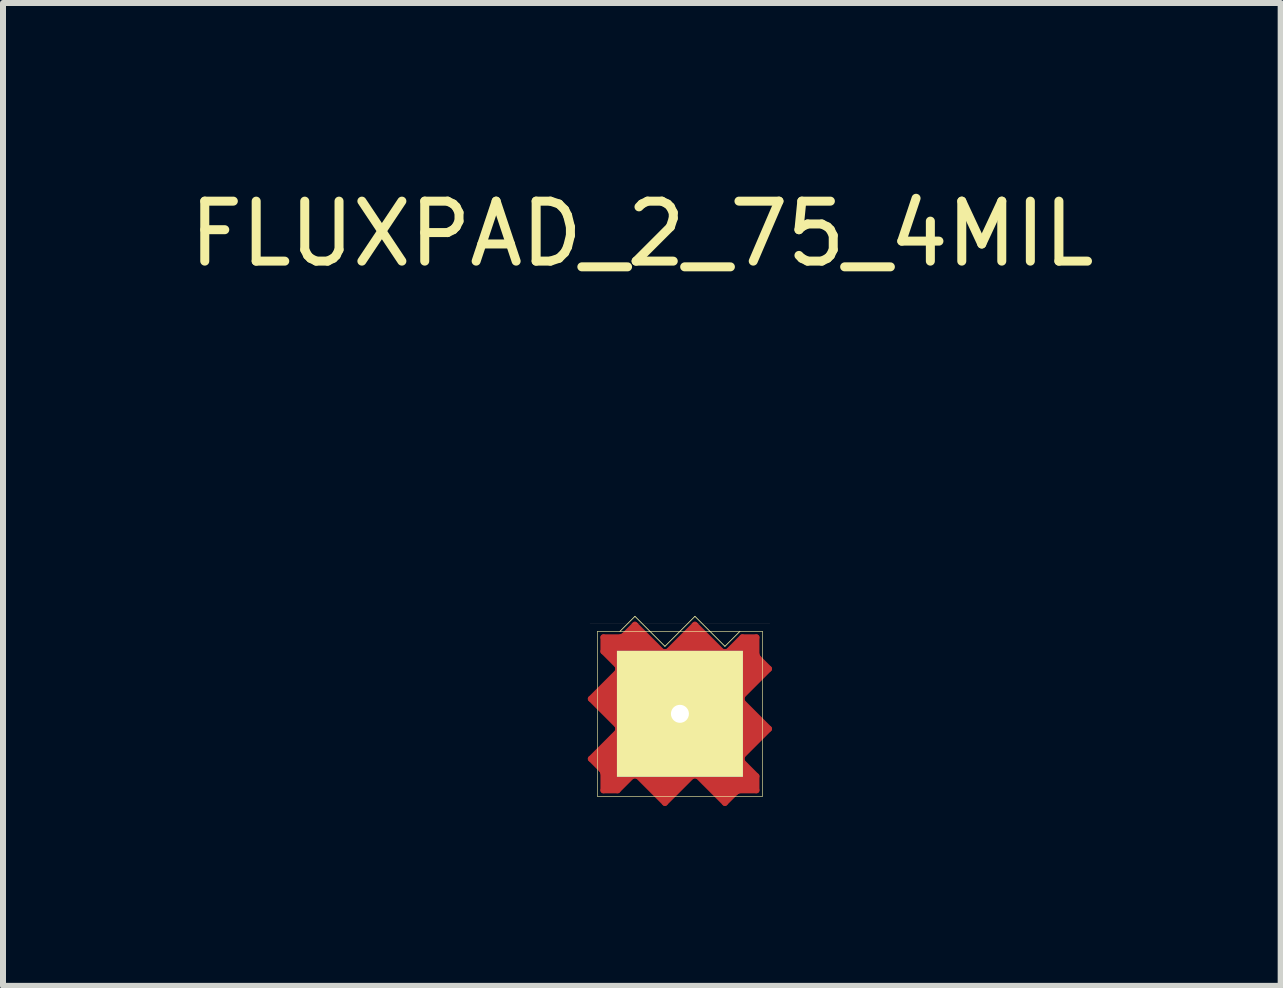
<source format=kicad_pcb>
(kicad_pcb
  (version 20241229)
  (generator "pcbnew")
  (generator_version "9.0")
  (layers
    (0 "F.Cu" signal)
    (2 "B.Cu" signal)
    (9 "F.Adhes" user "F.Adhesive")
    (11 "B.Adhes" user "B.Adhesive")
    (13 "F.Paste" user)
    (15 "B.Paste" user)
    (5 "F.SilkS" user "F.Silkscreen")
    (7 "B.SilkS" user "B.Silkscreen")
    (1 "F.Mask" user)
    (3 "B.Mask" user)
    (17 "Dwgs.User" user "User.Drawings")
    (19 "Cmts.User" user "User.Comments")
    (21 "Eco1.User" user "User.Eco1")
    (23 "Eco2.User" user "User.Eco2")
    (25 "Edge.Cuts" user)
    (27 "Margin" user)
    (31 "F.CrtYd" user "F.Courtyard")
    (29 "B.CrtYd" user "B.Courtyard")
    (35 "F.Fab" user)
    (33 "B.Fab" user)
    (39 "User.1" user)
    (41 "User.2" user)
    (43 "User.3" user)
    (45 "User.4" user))
  (footprint "FLUXPAD_2_75_4MIL"
    (layer "F.Cu")
    (at 8.284 8.849)
    (property "Reference" "FLUXPAD_2_75_4MIL" (at -0.635 -8.001 0) (layer "F.SilkS") (effects (font (size 1 1) (thickness 0.15))))
    (attr through_hole)
    (fp_line (start -1.485 -0.25) (end -1.04 0.195) (stroke (width 0.1) (type solid)) (layer "F.Cu"))
    (fp_line (start -1.485 0.75) (end -1.3 0.935) (stroke (width 0.1) (type solid)) (layer "F.Cu"))
    (fp_line (start -1.35 -0.25) (end -1.05 -0.55) (stroke (width 0.2) (type solid)) (layer "F.Cu"))
    (fp_line (start -1.35 0.75) (end -1.25 0.75) (stroke (width 0.2) (type solid)) (layer "F.Cu"))
    (fp_line (start -1.29 0.945) (end -1.3 0.935) (stroke (width 0.1) (type solid)) (layer "F.Cu"))
    (fp_line (start -1.28 0.965) (end -1.29 0.945) (stroke (width 0.1) (type solid)) (layer "F.Cu"))
    (fp_line (start -1.275 -1.275) (end -1.275 -1.04) (stroke (width 0.1) (type solid)) (layer "F.Cu"))
    (fp_line (start -1.275 -1.04) (end -1.04 -0.805) (stroke (width 0.1) (type solid)) (layer "F.Cu"))
    (fp_line (start -1.275 0.99) (end -1.28 0.965) (stroke (width 0.1) (type solid)) (layer "F.Cu"))
    (fp_line (start -1.275 0.99) (end -1.275 1.275) (stroke (width 0.1) (type solid)) (layer "F.Cu"))
    (fp_line (start -1.275 1.275) (end -1.04 1.275) (stroke (width 0.1) (type solid)) (layer "F.Cu"))
    (fp_line (start -1.2 -1.2) (end -0.8 -1.2) (stroke (width 0.2) (type solid)) (layer "F.Cu"))
    (fp_line (start -1.2 -1.15) (end -1 -1.15) (stroke (width 0.2) (type solid)) (layer "F.Cu"))
    (fp_line (start -1.2 0.8) (end -1.25 0.85) (stroke (width 0.2) (type solid)) (layer "F.Cu"))
    (fp_line (start -1.2 1.2) (end -1.2 0.8) (stroke (width 0.2) (type solid)) (layer "F.Cu"))
    (fp_line (start -1.15 -1.1) (end -0.45 -1.1) (stroke (width 0.2) (type solid)) (layer "F.Cu"))
    (fp_line (start -1.15 1) (end -0.95 1) (stroke (width 0.2) (type solid)) (layer "F.Cu"))
    (fp_line (start -1.15 1.2) (end -1.15 1) (stroke (width 0.2) (type solid)) (layer "F.Cu"))
    (fp_line (start -1.1 0.45) (end -1.35 0.75) (stroke (width 0.2) (type solid)) (layer "F.Cu"))
    (fp_line (start -1.1 1.15) (end -1.1 0.45) (stroke (width 0.2) (type solid)) (layer "F.Cu"))
    (fp_line (start -1.05 -0.9) (end -1.2 -1.15) (stroke (width 0.2) (type solid)) (layer "F.Cu"))
    (fp_line (start -1.05 -0.9) (end -1.15 -1.1) (stroke (width 0.2) (type solid)) (layer "F.Cu"))
    (fp_line (start -1.05 -0.55) (end -1.05 0.05) (stroke (width 0.2) (type solid)) (layer "F.Cu"))
    (fp_line (start -1.05 0.05) (end -1.35 -0.25) (stroke (width 0.2) (type solid)) (layer "F.Cu"))
    (fp_line (start -1.05 0.05) (end -1.15 -0.25) (stroke (width 0.2) (type solid)) (layer "F.Cu"))
    (fp_line (start -1.04 -0.805) (end -1.03 -0.78) (stroke (width 0.1) (type solid)) (layer "F.Cu"))
    (fp_line (start -1.04 -0.695) (end -1.485 -0.25) (stroke (width 0.1) (type solid)) (layer "F.Cu"))
    (fp_line (start -1.04 0.195) (end -1.03 0.22) (stroke (width 0.1) (type solid)) (layer "F.Cu"))
    (fp_line (start -1.04 0.305) (end -1.485 0.75) (stroke (width 0.1) (type solid)) (layer "F.Cu"))
    (fp_line (start -1.04 1.275) (end -0.805 1.04) (stroke (width 0.1) (type solid)) (layer "F.Cu"))
    (fp_line (start -1.03 -0.78) (end -1.025 -0.75) (stroke (width 0.1) (type solid)) (layer "F.Cu"))
    (fp_line (start -1.03 -0.72) (end -1.04 -0.695) (stroke (width 0.1) (type solid)) (layer "F.Cu"))
    (fp_line (start -1.03 0.22) (end -1.025 0.25) (stroke (width 0.1) (type solid)) (layer "F.Cu"))
    (fp_line (start -1.03 0.28) (end -1.04 0.305) (stroke (width 0.1) (type solid)) (layer "F.Cu"))
    (fp_line (start -1.025 -0.75) (end -1.03 -0.72) (stroke (width 0.1) (type solid)) (layer "F.Cu"))
    (fp_line (start -1.025 0.25) (end -1.03 0.28) (stroke (width 0.1) (type solid)) (layer "F.Cu"))
    (fp_line (start -1 -1.15) (end -1 -0.95) (stroke (width 0.2) (type solid)) (layer "F.Cu"))
    (fp_line (start -0.99 -1.275) (end -1.275 -1.275) (stroke (width 0.1) (type solid)) (layer "F.Cu"))
    (fp_line (start -0.99 -1.275) (end -0.965 -1.28) (stroke (width 0.1) (type solid)) (layer "F.Cu"))
    (fp_line (start -0.965 -1.28) (end -0.945 -1.29) (stroke (width 0.1) (type solid)) (layer "F.Cu"))
    (fp_line (start -0.945 -1.29) (end -0.935 -1.3) (stroke (width 0.1) (type solid)) (layer "F.Cu"))
    (fp_line (start -0.9 1.05) (end -1.15 1.2) (stroke (width 0.2) (type solid)) (layer "F.Cu"))
    (fp_line (start -0.9 1.05) (end -1.1 1.15) (stroke (width 0.2) (type solid)) (layer "F.Cu"))
    (fp_line (start -0.805 1.04) (end -0.78 1.03) (stroke (width 0.1) (type solid)) (layer "F.Cu"))
    (fp_line (start -0.8 -1.2) (end -0.85 -1.25) (stroke (width 0.2) (type solid)) (layer "F.Cu"))
    (fp_line (start -0.78 1.03) (end -0.75 1.025) (stroke (width 0.1) (type solid)) (layer "F.Cu"))
    (fp_line (start -0.75 -1.485) (end -0.935 -1.3) (stroke (width 0.1) (type solid)) (layer "F.Cu"))
    (fp_line (start -0.75 -1.35) (end -0.75 -1.25) (stroke (width 0.2) (type solid)) (layer "F.Cu"))
    (fp_line (start -0.75 1.025) (end -0.72 1.03) (stroke (width 0.1) (type solid)) (layer "F.Cu"))
    (fp_line (start -0.72 1.03) (end -0.695 1.04) (stroke (width 0.1) (type solid)) (layer "F.Cu"))
    (fp_line (start -0.695 1.04) (end -0.25 1.485) (stroke (width 0.1) (type solid)) (layer "F.Cu"))
    (fp_line (start -0.55 1.05) (end 0.05 1.05) (stroke (width 0.2) (type solid)) (layer "F.Cu"))
    (fp_line (start -0.45 -1.1) (end -0.75 -1.35) (stroke (width 0.2) (type solid)) (layer "F.Cu"))
    (fp_line (start -0.305 -1.04) (end -0.75 -1.485) (stroke (width 0.1) (type solid)) (layer "F.Cu"))
    (fp_line (start -0.28 -1.03) (end -0.305 -1.04) (stroke (width 0.1) (type solid)) (layer "F.Cu"))
    (fp_line (start -0.25 -1.025) (end -0.28 -1.03) (stroke (width 0.1) (type solid)) (layer "F.Cu"))
    (fp_line (start -0.25 1.35) (end -0.55 1.05) (stroke (width 0.2) (type solid)) (layer "F.Cu"))
    (fp_line (start -0.25 1.485) (end 0.195 1.04) (stroke (width 0.1) (type solid)) (layer "F.Cu"))
    (fp_line (start -0.22 -1.03) (end -0.25 -1.025) (stroke (width 0.1) (type solid)) (layer "F.Cu"))
    (fp_line (start -0.195 -1.04) (end -0.22 -1.03) (stroke (width 0.1) (type solid)) (layer "F.Cu"))
    (fp_line (start -0.05 -1.05) (end 0.25 -1.35) (stroke (width 0.2) (type solid)) (layer "F.Cu"))
    (fp_line (start -0.05 -1.05) (end 0.25 -1.15) (stroke (width 0.2) (type solid)) (layer "F.Cu"))
    (fp_line (start 0.05 1.05) (end -0.25 1.15) (stroke (width 0.2) (type solid)) (layer "F.Cu"))
    (fp_line (start 0.05 1.05) (end -0.25 1.35) (stroke (width 0.2) (type solid)) (layer "F.Cu"))
    (fp_line (start 0.195 1.04) (end 0.22 1.03) (stroke (width 0.1) (type solid)) (layer "F.Cu"))
    (fp_line (start 0.22 1.03) (end 0.25 1.025) (stroke (width 0.1) (type solid)) (layer "F.Cu"))
    (fp_line (start 0.25 -1.485) (end -0.195 -1.04) (stroke (width 0.1) (type solid)) (layer "F.Cu"))
    (fp_line (start 0.25 -1.35) (end 0.55 -1.05) (stroke (width 0.2) (type solid)) (layer "F.Cu"))
    (fp_line (start 0.25 1.025) (end 0.28 1.03) (stroke (width 0.1) (type solid)) (layer "F.Cu"))
    (fp_line (start 0.28 1.03) (end 0.305 1.04) (stroke (width 0.1) (type solid)) (layer "F.Cu"))
    (fp_line (start 0.305 1.04) (end 0.75 1.485) (stroke (width 0.1) (type solid)) (layer "F.Cu"))
    (fp_line (start 0.45 1.1) (end 0.75 1.35) (stroke (width 0.2) (type solid)) (layer "F.Cu"))
    (fp_line (start 0.55 -1.05) (end -0.05 -1.05) (stroke (width 0.2) (type solid)) (layer "F.Cu"))
    (fp_line (start 0.695 -1.04) (end 0.25 -1.485) (stroke (width 0.1) (type solid)) (layer "F.Cu"))
    (fp_line (start 0.72 -1.03) (end 0.695 -1.04) (stroke (width 0.1) (type solid)) (layer "F.Cu"))
    (fp_line (start 0.75 -1.025) (end 0.72 -1.03) (stroke (width 0.1) (type solid)) (layer "F.Cu"))
    (fp_line (start 0.75 1.35) (end 0.75 1.25) (stroke (width 0.2) (type solid)) (layer "F.Cu"))
    (fp_line (start 0.75 1.485) (end 0.935 1.3) (stroke (width 0.1) (type solid)) (layer "F.Cu"))
    (fp_line (start 0.78 -1.03) (end 0.75 -1.025) (stroke (width 0.1) (type solid)) (layer "F.Cu"))
    (fp_line (start 0.8 1.2) (end 0.85 1.25) (stroke (width 0.2) (type solid)) (layer "F.Cu"))
    (fp_line (start 0.805 -1.04) (end 0.78 -1.03) (stroke (width 0.1) (type solid)) (layer "F.Cu"))
    (fp_line (start 0.9 -1.05) (end 1.1 -1.15) (stroke (width 0.2) (type solid)) (layer "F.Cu"))
    (fp_line (start 0.9 -1.05) (end 1.15 -1.2) (stroke (width 0.2) (type solid)) (layer "F.Cu"))
    (fp_line (start 0.945 1.29) (end 0.935 1.3) (stroke (width 0.1) (type solid)) (layer "F.Cu"))
    (fp_line (start 0.965 1.28) (end 0.945 1.29) (stroke (width 0.1) (type solid)) (layer "F.Cu"))
    (fp_line (start 0.99 1.275) (end 0.965 1.28) (stroke (width 0.1) (type solid)) (layer "F.Cu"))
    (fp_line (start 0.99 1.275) (end 1.275 1.275) (stroke (width 0.1) (type solid)) (layer "F.Cu"))
    (fp_line (start 1 1.15) (end 1 0.95) (stroke (width 0.2) (type solid)) (layer "F.Cu"))
    (fp_line (start 1.025 -0.25) (end 1.03 -0.28) (stroke (width 0.1) (type solid)) (layer "F.Cu"))
    (fp_line (start 1.025 0.75) (end 1.03 0.72) (stroke (width 0.1) (type solid)) (layer "F.Cu"))
    (fp_line (start 1.03 -0.28) (end 1.04 -0.305) (stroke (width 0.1) (type solid)) (layer "F.Cu"))
    (fp_line (start 1.03 -0.22) (end 1.025 -0.25) (stroke (width 0.1) (type solid)) (layer "F.Cu"))
    (fp_line (start 1.03 0.72) (end 1.04 0.695) (stroke (width 0.1) (type solid)) (layer "F.Cu"))
    (fp_line (start 1.03 0.78) (end 1.025 0.75) (stroke (width 0.1) (type solid)) (layer "F.Cu"))
    (fp_line (start 1.04 -1.275) (end 0.805 -1.04) (stroke (width 0.1) (type solid)) (layer "F.Cu"))
    (fp_line (start 1.04 -0.305) (end 1.485 -0.75) (stroke (width 0.1) (type solid)) (layer "F.Cu"))
    (fp_line (start 1.04 -0.195) (end 1.03 -0.22) (stroke (width 0.1) (type solid)) (layer "F.Cu"))
    (fp_line (start 1.04 0.695) (end 1.485 0.25) (stroke (width 0.1) (type solid)) (layer "F.Cu"))
    (fp_line (start 1.04 0.805) (end 1.03 0.78) (stroke (width 0.1) (type solid)) (layer "F.Cu"))
    (fp_line (start 1.05 -0.05) (end 1.15 0.25) (stroke (width 0.2) (type solid)) (layer "F.Cu"))
    (fp_line (start 1.05 -0.05) (end 1.35 0.25) (stroke (width 0.2) (type solid)) (layer "F.Cu"))
    (fp_line (start 1.05 0.55) (end 1.05 -0.05) (stroke (width 0.2) (type solid)) (layer "F.Cu"))
    (fp_line (start 1.05 0.9) (end 1.15 1.1) (stroke (width 0.2) (type solid)) (layer "F.Cu"))
    (fp_line (start 1.05 0.9) (end 1.2 1.15) (stroke (width 0.2) (type solid)) (layer "F.Cu"))
    (fp_line (start 1.1 -1.15) (end 1.1 -0.45) (stroke (width 0.2) (type solid)) (layer "F.Cu"))
    (fp_line (start 1.1 -0.45) (end 1.35 -0.75) (stroke (width 0.2) (type solid)) (layer "F.Cu"))
    (fp_line (start 1.15 -1.2) (end 1.15 -1) (stroke (width 0.2) (type solid)) (layer "F.Cu"))
    (fp_line (start 1.15 -1) (end 0.95 -1) (stroke (width 0.2) (type solid)) (layer "F.Cu"))
    (fp_line (start 1.15 1.1) (end 0.45 1.1) (stroke (width 0.2) (type solid)) (layer "F.Cu"))
    (fp_line (start 1.2 -1.2) (end 1.2 -0.8) (stroke (width 0.2) (type solid)) (layer "F.Cu"))
    (fp_line (start 1.2 -0.8) (end 1.25 -0.85) (stroke (width 0.2) (type solid)) (layer "F.Cu"))
    (fp_line (start 1.2 1.15) (end 1 1.15) (stroke (width 0.2) (type solid)) (layer "F.Cu"))
    (fp_line (start 1.2 1.2) (end 0.8 1.2) (stroke (width 0.2) (type solid)) (layer "F.Cu"))
    (fp_line (start 1.275 -1.275) (end 1.04 -1.275) (stroke (width 0.1) (type solid)) (layer "F.Cu"))
    (fp_line (start 1.275 -0.99) (end 1.275 -1.275) (stroke (width 0.1) (type solid)) (layer "F.Cu"))
    (fp_line (start 1.275 -0.99) (end 1.28 -0.965) (stroke (width 0.1) (type solid)) (layer "F.Cu"))
    (fp_line (start 1.275 1.04) (end 1.04 0.805) (stroke (width 0.1) (type solid)) (layer "F.Cu"))
    (fp_line (start 1.275 1.275) (end 1.275 1.04) (stroke (width 0.1) (type solid)) (layer "F.Cu"))
    (fp_line (start 1.28 -0.965) (end 1.29 -0.945) (stroke (width 0.1) (type solid)) (layer "F.Cu"))
    (fp_line (start 1.29 -0.945) (end 1.3 -0.935) (stroke (width 0.1) (type solid)) (layer "F.Cu"))
    (fp_line (start 1.35 -0.75) (end 1.25 -0.75) (stroke (width 0.2) (type solid)) (layer "F.Cu"))
    (fp_line (start 1.35 0.25) (end 1.05 0.55) (stroke (width 0.2) (type solid)) (layer "F.Cu"))
    (fp_line (start 1.485 -0.75) (end 1.3 -0.935) (stroke (width 0.1) (type solid)) (layer "F.Cu"))
    (fp_line (start 1.485 0.25) (end 1.04 -0.195) (stroke (width 0.1) (type solid)) (layer "F.Cu"))
    (fp_line (start -1.375 -1.375) (end -1 -1.375) (stroke (width 0.1) (type solid)) (layer "F.Mask"))
    (fp_line (start -1 -1.375) (end -0.75 -1.625) (stroke (width 0.1) (type solid)) (layer "F.Mask"))
    (fp_line (start -0.75 -1.625) (end -0.25 -1.125) (stroke (width 0.1) (type solid)) (layer "F.Mask"))
    (fp_line (start -0.25 -1.125) (end 0.25 -1.625) (stroke (width 0.1) (type solid)) (layer "F.Mask"))
    (fp_line (start 0.25 -1.625) (end 0.75 -1.125) (stroke (width 0.1) (type solid)) (layer "F.Mask"))
    (fp_line (start 0.75 -1.125) (end 1 -1.375) (stroke (width 0.1) (type solid)) (layer "F.Mask"))
    (fp_line (start 1 -1.375) (end 1.375 -1.375) (stroke (width 0.1) (type solid)) (layer "F.Mask"))
    (fp_line (start -1.375 -1.375) (end -1.375 1.375) (stroke (width 0.01) (type solid)) (layer "F.SilkS"))
    (fp_line (start -1.375 1.375) (end 1.375 1.375) (stroke (width 0.01) (type solid)) (layer "F.SilkS"))
    (fp_line (start -0.75 -1.625) (end -1 -1.375) (stroke (width 0.013) (type solid)) (layer "F.SilkS"))
    (fp_line (start -0.5 -1.375) (end -0.75 -1.625) (stroke (width 0.013) (type solid)) (layer "F.SilkS"))
    (fp_line (start -0.25 -1.125) (end -0.5 -1.375) (stroke (width 0.013) (type solid)) (layer "F.SilkS"))
    (fp_line (start 0 -1.375) (end -0.25 -1.125) (stroke (width 0.013) (type solid)) (layer "F.SilkS"))
    (fp_line (start 0 -1.375) (end 0.25 -1.625) (stroke (width 0.013) (type solid)) (layer "F.SilkS"))
    (fp_line (start 0.25 -1.625) (end 0.5 -1.375) (stroke (width 0.013) (type solid)) (layer "F.SilkS"))
    (fp_line (start 0.5 -1.375) (end 0.75 -1.125) (stroke (width 0.013) (type solid)) (layer "F.SilkS"))
    (fp_line (start 0.75 -1.125) (end 1 -1.375) (stroke (width 0.013) (type solid)) (layer "F.SilkS"))
    (fp_line (start 1.375 -1.375) (end -1.375 -1.375) (stroke (width 0.01) (type solid)) (layer "F.SilkS"))
    (fp_line (start 1.375 1.375) (end 1.375 -1.375) (stroke (width 0.01) (type solid)) (layer "F.SilkS"))
    (fp_line (start -1.5 -1.5) (end 1.5 -1.5) (stroke (width 0.001) (type solid)) (layer "B.SilkS"))
    (pad "1" thru_hole rect (at 0 0) (size 2.1 2.1) (drill 0.3) (layers "*.Mask" "F.Cu" "F.SilkS")))
  (gr_rect
    (start -3 -3)
    (end 18.298 13.384)
    (stroke (width 0.1) (type default))
    (fill no)
    (layer "Edge.Cuts")))
</source>
